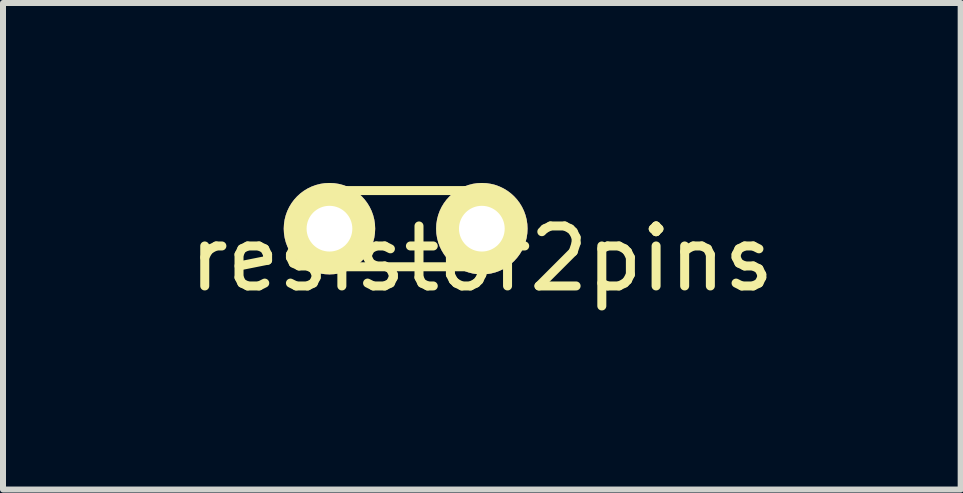
<source format=kicad_pcb>
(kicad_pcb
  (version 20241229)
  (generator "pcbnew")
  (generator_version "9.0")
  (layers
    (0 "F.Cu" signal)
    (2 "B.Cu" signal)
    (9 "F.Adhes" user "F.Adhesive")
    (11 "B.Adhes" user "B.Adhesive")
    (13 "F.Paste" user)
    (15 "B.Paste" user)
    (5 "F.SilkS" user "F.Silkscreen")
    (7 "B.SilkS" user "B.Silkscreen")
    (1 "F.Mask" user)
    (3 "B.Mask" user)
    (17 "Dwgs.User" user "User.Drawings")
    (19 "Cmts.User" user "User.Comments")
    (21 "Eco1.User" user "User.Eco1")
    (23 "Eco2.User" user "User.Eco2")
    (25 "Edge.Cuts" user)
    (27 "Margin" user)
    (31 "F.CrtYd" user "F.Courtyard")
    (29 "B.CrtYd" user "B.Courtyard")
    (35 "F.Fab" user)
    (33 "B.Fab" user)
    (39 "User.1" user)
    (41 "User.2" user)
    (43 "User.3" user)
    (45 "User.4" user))
  (footprint "resistor2pins"
    (layer "F.Cu")
    (at 4.982 0.762)
    (property "Reference" "resistor2pins" (at 0 0.5 0) (layer "F.SilkS") (effects (font (size 1 1) (thickness 0.15))))
    (attr through_hole)
    (fp_line (start -2.54 -0.635) (end 0 -0.635) (stroke (width 0.15) (type solid)) (layer "F.SilkS"))
    (fp_line (start -2.54 0.635) (end -2.54 -0.635) (stroke (width 0.15) (type solid)) (layer "F.SilkS"))
    (fp_line (start 0 -0.635) (end 0 0.635) (stroke (width 0.15) (type solid)) (layer "F.SilkS"))
    (fp_line (start 0 0.635) (end -2.54 0.635) (stroke (width 0.15) (type solid)) (layer "F.SilkS"))
    (pad "1" thru_hole circle (at -2.54 0) (size 1.524 1.524) (drill 0.762) (layers "*.Cu" "*.Mask" "F.SilkS"))
    (pad "2" thru_hole circle (at 0 0) (size 1.524 1.524) (drill 0.762) (layers "*.Cu" "*.Mask" "F.SilkS")))
  (gr_rect
    (start -3 -3)
    (end 12.964 5.11)
    (stroke (width 0.1) (type default))
    (fill no)
    (layer "Edge.Cuts")))
</source>
